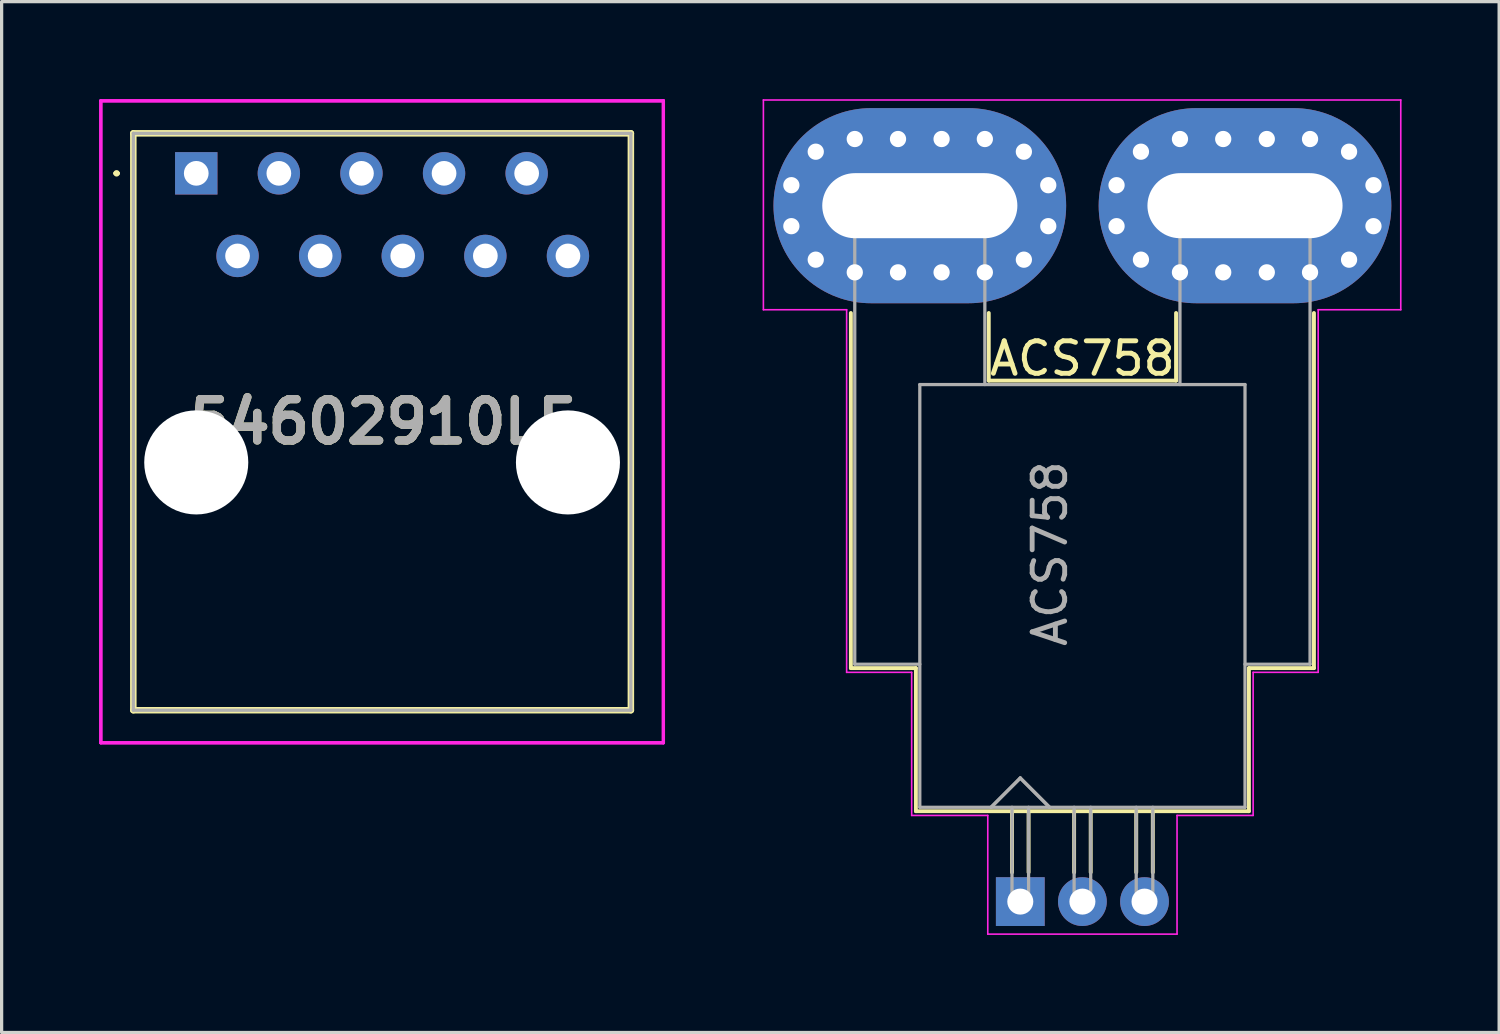
<source format=kicad_pcb>
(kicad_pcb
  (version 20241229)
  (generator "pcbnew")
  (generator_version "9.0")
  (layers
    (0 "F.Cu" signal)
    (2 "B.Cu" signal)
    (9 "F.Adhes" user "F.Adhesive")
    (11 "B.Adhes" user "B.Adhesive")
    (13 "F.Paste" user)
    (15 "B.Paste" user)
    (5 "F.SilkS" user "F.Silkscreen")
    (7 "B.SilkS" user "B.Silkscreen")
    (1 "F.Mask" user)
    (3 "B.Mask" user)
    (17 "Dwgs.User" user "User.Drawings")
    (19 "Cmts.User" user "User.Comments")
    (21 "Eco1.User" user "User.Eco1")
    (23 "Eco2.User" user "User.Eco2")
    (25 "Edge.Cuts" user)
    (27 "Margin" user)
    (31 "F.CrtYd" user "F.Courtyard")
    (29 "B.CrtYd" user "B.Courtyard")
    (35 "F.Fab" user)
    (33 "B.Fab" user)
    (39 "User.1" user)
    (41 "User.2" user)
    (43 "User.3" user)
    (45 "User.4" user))
  (footprint "54602910LF"
    (layer "F.Cu")
    (at 2.985 2.28)
    (property "Reference" "54602910LF" (at 5.715 7.64 0) (layer "F.SilkS") (effects (font (size 1.27 1.27) (thickness 0.254))))
    (attr through_hole)
    (fp_line (start -2.5 0) (end -2.5 0) (stroke (width 0.1) (type solid)) (layer "F.SilkS"))
    (fp_line (start -2.4 0) (end -2.4 0) (stroke (width 0.1) (type solid)) (layer "F.SilkS"))
    (fp_line (start -1.935 -1.23) (end 13.365 -1.23) (stroke (width 0.2) (type solid)) (layer "F.SilkS"))
    (fp_line (start -1.935 16.51) (end -1.935 -1.23) (stroke (width 0.2) (type solid)) (layer "F.SilkS"))
    (fp_line (start 13.365 -1.23) (end 13.365 16.51) (stroke (width 0.2) (type solid)) (layer "F.SilkS"))
    (fp_line (start 13.365 16.51) (end -1.935 16.51) (stroke (width 0.2) (type solid)) (layer "F.SilkS"))
    (fp_arc (start -2.5 0) (mid -2.45 -0.05) (end -2.4 0) (stroke (width 0.1) (type solid)) (layer "F.SilkS"))
    (fp_arc (start -2.4 0) (mid -2.45 0.05) (end -2.5 0) (stroke (width 0.1) (type solid)) (layer "F.SilkS"))
    (fp_line (start -2.935 -2.23) (end 14.365 -2.23) (stroke (width 0.1) (type solid)) (layer "F.CrtYd"))
    (fp_line (start -2.935 -2.23) (end 14.365 -2.23) (stroke (width 0.1) (type solid)) (layer "F.CrtYd"))
    (fp_line (start -2.935 17.51) (end -2.935 -2.23) (stroke (width 0.1) (type solid)) (layer "F.CrtYd"))
    (fp_line (start -2.935 17.51) (end -2.935 -2.23) (stroke (width 0.1) (type solid)) (layer "F.CrtYd"))
    (fp_line (start 14.365 -2.23) (end 14.365 17.51) (stroke (width 0.1) (type solid)) (layer "F.CrtYd"))
    (fp_line (start 14.365 -2.23) (end 14.365 17.51) (stroke (width 0.1) (type solid)) (layer "F.CrtYd"))
    (fp_line (start 14.365 17.51) (end -2.935 17.51) (stroke (width 0.1) (type solid)) (layer "F.CrtYd"))
    (fp_line (start 14.365 17.51) (end -2.935 17.51) (stroke (width 0.1) (type solid)) (layer "F.CrtYd"))
    (fp_line (start -1.935 -1.23) (end 13.365 -1.23) (stroke (width 0.1) (type solid)) (layer "F.Fab"))
    (fp_line (start -1.935 16.51) (end -1.935 -1.23) (stroke (width 0.1) (type solid)) (layer "F.Fab"))
    (fp_line (start 13.365 -1.23) (end 13.365 16.51) (stroke (width 0.1) (type solid)) (layer "F.Fab"))
    (fp_line (start 13.365 16.51) (end -1.935 16.51) (stroke (width 0.1) (type solid)) (layer "F.Fab"))
    (fp_text user "${REFERENCE}" (at 5.715 7.64 0) (layer "F.Fab") (effects (font (size 1.27 1.27) (thickness 0.254))))
    (pad "" np_thru_hole circle (at 0 8.89) (size 3.2 3.2) (drill 3.2) (layers "*.Cu" "*.Mask"))
    (pad "" np_thru_hole circle (at 11.43 8.89) (size 3.2 3.2) (drill 3.2) (layers "*.Cu" "*.Mask"))
    (pad "1" thru_hole rect (at 0 0) (size 1.303 1.303) (drill 0.76) (layers "*.Cu" "*.Mask"))
    (pad "2" thru_hole circle (at 1.27 2.54) (size 1.303 1.303) (drill 0.76) (layers "*.Cu" "*.Mask"))
    (pad "3" thru_hole circle (at 2.54 0) (size 1.303 1.303) (drill 0.76) (layers "*.Cu" "*.Mask"))
    (pad "4" thru_hole circle (at 3.81 2.54) (size 1.303 1.303) (drill 0.76) (layers "*.Cu" "*.Mask"))
    (pad "5" thru_hole circle (at 5.08 0) (size 1.303 1.303) (drill 0.76) (layers "*.Cu" "*.Mask"))
    (pad "6" thru_hole circle (at 6.35 2.54) (size 1.303 1.303) (drill 0.76) (layers "*.Cu" "*.Mask"))
    (pad "7" thru_hole circle (at 7.62 0) (size 1.303 1.303) (drill 0.76) (layers "*.Cu" "*.Mask"))
    (pad "8" thru_hole circle (at 8.89 2.54) (size 1.303 1.303) (drill 0.76) (layers "*.Cu" "*.Mask"))
    (pad "9" thru_hole circle (at 10.16 0) (size 1.303 1.303) (drill 0.76) (layers "*.Cu" "*.Mask"))
    (pad "10" thru_hole circle (at 11.43 2.54) (size 1.303 1.303) (drill 0.76) (layers "*.Cu" "*.Mask")))
  (footprint "ACS758"
    (layer "F.Cu")
    (at 28.325 24.675)
    (property "Reference" "ACS758" (at 1.91 -16.7 0) (layer "F.SilkS") (effects (font (size 1 1) (thickness 0.15))))
    (attr through_hole)
    (fp_line (start -5.21 -7.18) (end -5.21 -18.1) (stroke (width 0.12) (type solid)) (layer "F.SilkS"))
    (fp_line (start -3.21 -7.18) (end -5.21 -7.18) (stroke (width 0.12) (type solid)) (layer "F.SilkS"))
    (fp_line (start -3.21 -2.78) (end -3.21 -7.18) (stroke (width 0.12) (type solid)) (layer "F.SilkS"))
    (fp_line (start -0.97 -16.02) (end -0.97 -18.1) (stroke (width 0.12) (type solid)) (layer "F.SilkS"))
    (fp_line (start -0.97 -16.02) (end 4.79 -16.02) (stroke (width 0.12) (type solid)) (layer "F.SilkS"))
    (fp_line (start -0.255 -2.78) (end -0.255 -0.9) (stroke (width 0.12) (type solid)) (layer "F.SilkS"))
    (fp_line (start 0.255 -2.78) (end 0.255 -0.9) (stroke (width 0.12) (type solid)) (layer "F.SilkS"))
    (fp_line (start 1.655 -2.78) (end 1.655 -0.9) (stroke (width 0.12) (type solid)) (layer "F.SilkS"))
    (fp_line (start 2.165 -2.78) (end 2.165 -0.9) (stroke (width 0.12) (type solid)) (layer "F.SilkS"))
    (fp_line (start 3.565 -2.78) (end 3.565 -0.9) (stroke (width 0.12) (type solid)) (layer "F.SilkS"))
    (fp_line (start 4.075 -2.78) (end 4.075 -0.9) (stroke (width 0.12) (type solid)) (layer "F.SilkS"))
    (fp_line (start 4.79 -16.02) (end 4.79 -18.1) (stroke (width 0.12) (type solid)) (layer "F.SilkS"))
    (fp_line (start 7.03 -7.18) (end 9.03 -7.18) (stroke (width 0.12) (type solid)) (layer "F.SilkS"))
    (fp_line (start 7.03 -2.78) (end -3.21 -2.78) (stroke (width 0.12) (type solid)) (layer "F.SilkS"))
    (fp_line (start 7.03 -2.78) (end 7.03 -7.18) (stroke (width 0.12) (type solid)) (layer "F.SilkS"))
    (fp_line (start 9.03 -7.18) (end 9.03 -18.1) (stroke (width 0.12) (type solid)) (layer "F.SilkS"))
    (fp_line (start -7.9 -24.65) (end 11.7 -24.65) (stroke (width 0.05) (type solid)) (layer "F.CrtYd"))
    (fp_line (start -7.9 -18.2) (end -7.9 -24.65) (stroke (width 0.05) (type solid)) (layer "F.CrtYd"))
    (fp_line (start -7.9 -18.2) (end -5.34 -18.2) (stroke (width 0.05) (type solid)) (layer "F.CrtYd"))
    (fp_line (start -5.34 -7.05) (end -5.34 -18.2) (stroke (width 0.05) (type solid)) (layer "F.CrtYd"))
    (fp_line (start -3.34 -7.05) (end -5.34 -7.05) (stroke (width 0.05) (type solid)) (layer "F.CrtYd"))
    (fp_line (start -3.34 -7.05) (end -3.34 -2.65) (stroke (width 0.05) (type solid)) (layer "F.CrtYd"))
    (fp_line (start -1 -2.65) (end -3.34 -2.65) (stroke (width 0.05) (type solid)) (layer "F.CrtYd"))
    (fp_line (start -1 -2.65) (end -1 1) (stroke (width 0.05) (type solid)) (layer "F.CrtYd"))
    (fp_line (start 4.82 -2.65) (end 4.82 1) (stroke (width 0.05) (type solid)) (layer "F.CrtYd"))
    (fp_line (start 4.82 -2.65) (end 7.16 -2.65) (stroke (width 0.05) (type solid)) (layer "F.CrtYd"))
    (fp_line (start 4.82 1) (end -1 1) (stroke (width 0.05) (type solid)) (layer "F.CrtYd"))
    (fp_line (start 7.16 -7.05) (end 7.16 -2.65) (stroke (width 0.05) (type solid)) (layer "F.CrtYd"))
    (fp_line (start 7.16 -7.05) (end 9.16 -7.05) (stroke (width 0.05) (type solid)) (layer "F.CrtYd"))
    (fp_line (start 9.16 -18.2) (end 11.7 -18.2) (stroke (width 0.05) (type solid)) (layer "F.CrtYd"))
    (fp_line (start 9.16 -7.05) (end 9.16 -18.2) (stroke (width 0.05) (type solid)) (layer "F.CrtYd"))
    (fp_line (start 11.7 -24.65) (end 11.7 -18.2) (stroke (width 0.05) (type solid)) (layer "F.CrtYd"))
    (fp_line (start -5.09 -21.9) (end -1.09 -21.9) (stroke (width 0.1) (type solid)) (layer "F.Fab"))
    (fp_line (start -5.09 -7.3) (end -5.09 -21.9) (stroke (width 0.1) (type solid)) (layer "F.Fab"))
    (fp_line (start -5.09 -7.3) (end -3.09 -7.3) (stroke (width 0.1) (type solid)) (layer "F.Fab"))
    (fp_line (start -3.09 -15.9) (end -3.09 -2.9) (stroke (width 0.1) (type solid)) (layer "F.Fab"))
    (fp_line (start -3.09 -15.9) (end 6.91 -15.9) (stroke (width 0.1) (type solid)) (layer "F.Fab"))
    (fp_line (start -1.09 -15.9) (end -1.09 -21.9) (stroke (width 0.1) (type solid)) (layer "F.Fab"))
    (fp_line (start -0.9 -2.9) (end 0 -3.8) (stroke (width 0.1) (type solid)) (layer "F.Fab"))
    (fp_line (start -0.9 -2.9) (end 0 -3.8) (stroke (width 0.1) (type solid)) (layer "F.Fab"))
    (fp_line (start -0.255 -2.9) (end -0.255 0.19) (stroke (width 0.1) (type solid)) (layer "F.Fab"))
    (fp_line (start 0 -3.8) (end 0.9 -2.9) (stroke (width 0.1) (type solid)) (layer "F.Fab"))
    (fp_line (start 0 -3.8) (end 0.9 -2.9) (stroke (width 0.1) (type solid)) (layer "F.Fab"))
    (fp_line (start 0.255 -2.9) (end 0.255 0.19) (stroke (width 0.1) (type solid)) (layer "F.Fab"))
    (fp_line (start 1.655 -2.9) (end 1.655 0.19) (stroke (width 0.1) (type solid)) (layer "F.Fab"))
    (fp_line (start 2.165 -2.9) (end 2.165 0.19) (stroke (width 0.1) (type solid)) (layer "F.Fab"))
    (fp_line (start 3.565 -2.9) (end 3.565 0.19) (stroke (width 0.1) (type solid)) (layer "F.Fab"))
    (fp_line (start 4.075 -2.9) (end 4.075 0.19) (stroke (width 0.1) (type solid)) (layer "F.Fab"))
    (fp_line (start 4.91 -15.9) (end 4.91 -21.9) (stroke (width 0.1) (type solid)) (layer "F.Fab"))
    (fp_line (start 6.91 -15.9) (end 6.91 -2.9) (stroke (width 0.1) (type solid)) (layer "F.Fab"))
    (fp_line (start 6.91 -7.3) (end 8.91 -7.3) (stroke (width 0.1) (type solid)) (layer "F.Fab"))
    (fp_line (start 6.91 -2.9) (end -3.09 -2.9) (stroke (width 0.1) (type solid)) (layer "F.Fab"))
    (fp_line (start 8.91 -21.9) (end 4.91 -21.9) (stroke (width 0.1) (type solid)) (layer "F.Fab"))
    (fp_line (start 8.91 -7.3) (end 8.91 -21.9) (stroke (width 0.1) (type solid)) (layer "F.Fab"))
    (fp_text user "${REFERENCE}" (at 0.91 -10.7 90) (layer "F.Fab") (effects (font (size 1 1) (thickness 0.15))))
    (pad "1" thru_hole rect (at 0 0) (size 1.5 1.5) (drill 0.8) (layers "*.Cu" "*.Mask"))
    (pad "2" thru_hole circle (at 1.91 0) (size 1.5 1.5) (drill 0.8) (layers "*.Cu" "*.Mask"))
    (pad "3" thru_hole circle (at 3.82 0) (size 1.5 1.5) (drill 0.8) (layers "*.Cu" "*.Mask"))
    (pad "4" thru_hole oval (at 2.96 -22.03 65) (size 0.8 0.8) (drill 0.5) (layers "*.Cu" "*.Mask"))
    (pad "4" thru_hole oval (at 2.96 -20.77 295) (size 0.8 0.8) (drill 0.5) (layers "*.Cu" "*.Mask"))
    (pad "4" thru_hole circle (at 3.71 -23.06) (size 0.8 0.8) (drill 0.5) (layers "*.Cu" "*.Mask"))
    (pad "4" thru_hole circle (at 3.71 -19.74) (size 0.8 0.8) (drill 0.5) (layers "*.Cu" "*.Mask"))
    (pad "4" thru_hole circle (at 4.91 -23.45) (size 0.8 0.8) (drill 0.5) (layers "*.Cu" "*.Mask"))
    (pad "4" thru_hole circle (at 4.91 -19.35) (size 0.8 0.8) (drill 0.5) (layers "*.Cu" "*.Mask"))
    (pad "4" thru_hole circle (at 6.24 -23.45) (size 0.8 0.8) (drill 0.5) (layers "*.Cu" "*.Mask"))
    (pad "4" thru_hole circle (at 6.24 -19.35) (size 0.8 0.8) (drill 0.5) (layers "*.Cu" "*.Mask"))
    (pad "4" thru_hole oval (at 6.91 -21.4) (size 9 6) (drill oval 6 2) (layers "*.Cu" "*.Mask"))
    (pad "4" thru_hole circle (at 7.58 -23.45) (size 0.8 0.8) (drill 0.5) (layers "*.Cu" "*.Mask"))
    (pad "4" thru_hole circle (at 7.58 -19.35) (size 0.8 0.8) (drill 0.5) (layers "*.Cu" "*.Mask"))
    (pad "4" thru_hole circle (at 8.91 -23.45) (size 0.8 0.8) (drill 0.5) (layers "*.Cu" "*.Mask"))
    (pad "4" thru_hole circle (at 8.91 -19.35) (size 0.8 0.8) (drill 0.5) (layers "*.Cu" "*.Mask"))
    (pad "4" thru_hole circle (at 10.11 -23.06) (size 0.8 0.8) (drill 0.5) (layers "*.Cu" "*.Mask"))
    (pad "4" thru_hole circle (at 10.11 -19.74) (size 0.8 0.8) (drill 0.5) (layers "*.Cu" "*.Mask"))
    (pad "4" thru_hole circle (at 10.86 -22.03) (size 0.8 0.8) (drill 0.5) (layers "*.Cu" "*.Mask"))
    (pad "4" thru_hole circle (at 10.86 -20.77) (size 0.8 0.8) (drill 0.5) (layers "*.Cu" "*.Mask"))
    (pad "5" thru_hole circle (at -7.04 -22.03) (size 0.8 0.8) (drill 0.5) (layers "*.Cu" "*.Mask"))
    (pad "5" thru_hole circle (at -7.04 -20.77) (size 0.8 0.8) (drill 0.5) (layers "*.Cu" "*.Mask"))
    (pad "5" thru_hole circle (at -6.29 -23.06) (size 0.8 0.8) (drill 0.5) (layers "*.Cu" "*.Mask"))
    (pad "5" thru_hole circle (at -6.29 -19.74) (size 0.8 0.8) (drill 0.5) (layers "*.Cu" "*.Mask"))
    (pad "5" thru_hole circle (at -5.09 -23.45) (size 0.8 0.8) (drill 0.5) (layers "*.Cu" "*.Mask"))
    (pad "5" thru_hole circle (at -5.09 -19.35) (size 0.8 0.8) (drill 0.5) (layers "*.Cu" "*.Mask"))
    (pad "5" thru_hole circle (at -3.76 -23.45) (size 0.8 0.8) (drill 0.5) (layers "*.Cu" "*.Mask"))
    (pad "5" thru_hole circle (at -3.76 -19.35) (size 0.8 0.8) (drill 0.5) (layers "*.Cu" "*.Mask"))
    (pad "5" thru_hole oval (at -3.09 -21.4) (size 9 6) (drill oval 6 2) (layers "*.Cu" "*.Mask"))
    (pad "5" thru_hole circle (at -2.42 -23.45) (size 0.8 0.8) (drill 0.5) (layers "*.Cu" "*.Mask"))
    (pad "5" thru_hole circle (at -2.42 -19.35) (size 0.8 0.8) (drill 0.5) (layers "*.Cu" "*.Mask"))
    (pad "5" thru_hole circle (at -1.09 -23.45) (size 0.8 0.8) (drill 0.5) (layers "*.Cu" "*.Mask"))
    (pad "5" thru_hole circle (at -1.09 -19.35) (size 0.8 0.8) (drill 0.5) (layers "*.Cu" "*.Mask"))
    (pad "5" thru_hole circle (at 0.11 -23.06) (size 0.8 0.8) (drill 0.5) (layers "*.Cu" "*.Mask"))
    (pad "5" thru_hole circle (at 0.11 -19.74) (size 0.8 0.8) (drill 0.5) (layers "*.Cu" "*.Mask"))
    (pad "5" thru_hole oval (at 0.86 -22.03 295) (size 0.8 0.8) (drill 0.5) (layers "*.Cu" "*.Mask"))
    (pad "5" thru_hole oval (at 0.86 -20.77 65) (size 0.8 0.8) (drill 0.5) (layers "*.Cu" "*.Mask")))
  (gr_rect
    (start -3 -3)
    (end 43.05 28.7)
    (stroke (width 0.1) (type default))
    (fill no)
    (layer "Edge.Cuts")))
</source>
